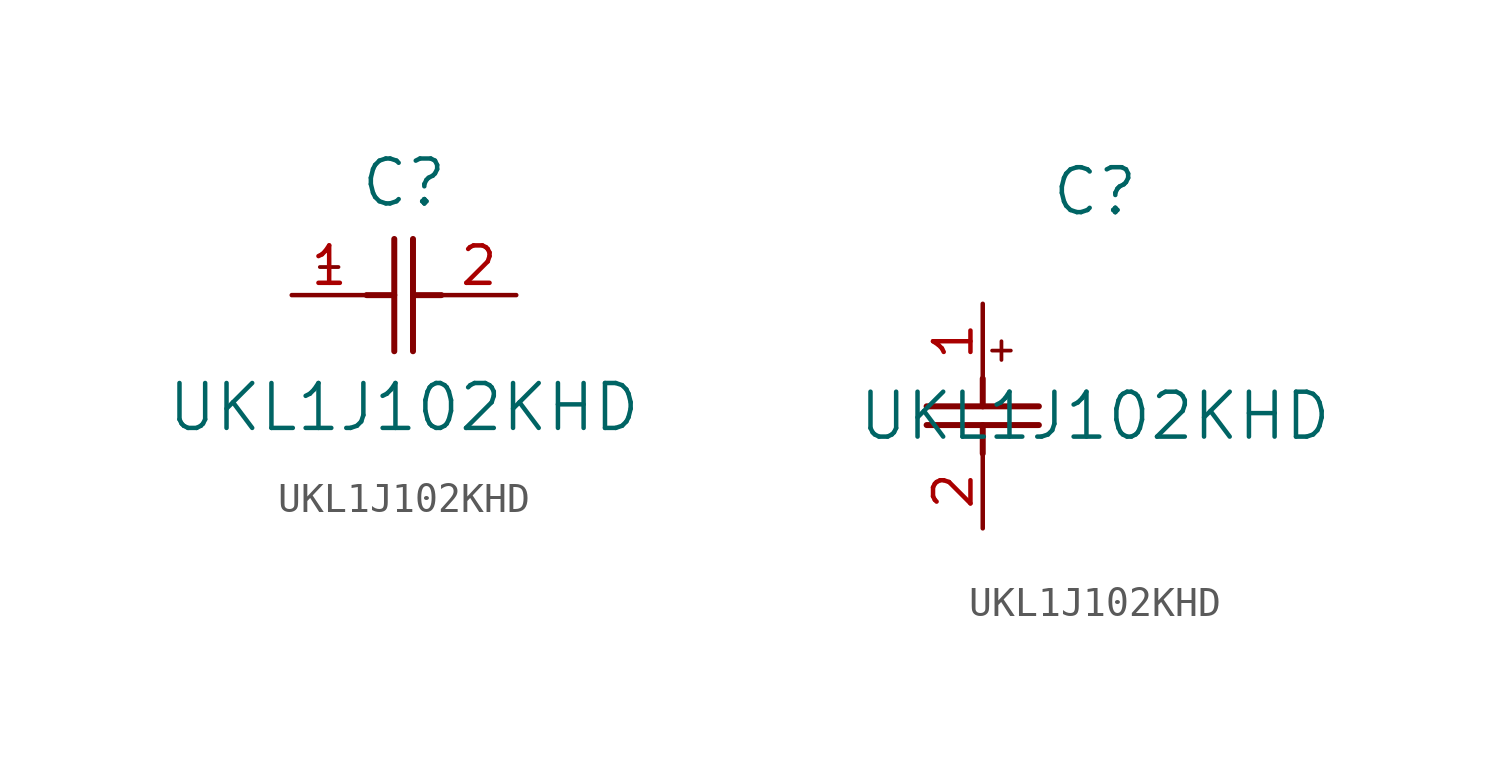
<source format=kicad_sym>
(kicad_symbol_lib
  (version 20211014)
  (generator kicad_symbol_editor)
  (symbol "UKL1J102KHD"
    (pin_names
      (offset 0.254))
    (property "Reference" "C"
      (at 3.81 3.81 0)
      (effects (font (size 1.524 1.524))))
    (property "Value" "UKL1J102KHD"
      (at 3.81 -3.81 0)
      (effects (font (size 1.524 1.524))))
    (symbol "UKL1J102KHD_1_1"
      (polyline (pts (xy 3.48 -1.905) (xy 3.48 1.905)) (stroke (width 0.203) (type default) (color 0 0 0 0)) (fill (type none)))
      (polyline (pts (xy 4.115 -1.905) (xy 4.115 1.905)) (stroke (width 0.203) (type default) (color 0 0 0 0)) (fill (type none)))
      (polyline (pts (xy 4.115 0) (xy 5.08 0)) (stroke (width 0.203) (type default) (color 0 0 0 0)) (fill (type none)))
      (polyline (pts (xy 2.54 0) (xy 3.48 0)) (stroke (width 0.203) (type default) (color 0 0 0 0)) (fill (type none)))
      (polyline (pts (xy 1.27 1.27) (xy 1.27 0.635)) (stroke (width 0.127) (type default) (color 0 0 0 0)) (fill (type none)))
      (polyline (pts (xy 0.953 0.953) (xy 1.587 0.953)) (stroke (width 0.127) (type default) (color 0 0 0 0)) (fill (type none)))
      (pin unspecified line (at 0 0 0) (length 2.54) (name "" (effects (font (size 1.27 1.27)))) (number "1" (effects (font (size 1.27 1.27)))))
      (pin unspecified line (at 7.62 0 180) (length 2.54) (name "" (effects (font (size 1.27 1.27)))) (number "2" (effects (font (size 1.27 1.27))))))
    (symbol "UKL1J102KHD_1_2"
      (polyline (pts (xy -1.905 -3.48) (xy 1.905 -3.48)) (stroke (width 0.203) (type default) (color 0 0 0 0)) (fill (type none)))
      (polyline (pts (xy -1.905 -4.115) (xy 1.905 -4.115)) (stroke (width 0.203) (type default) (color 0 0 0 0)) (fill (type none)))
      (polyline (pts (xy 0 -4.115) (xy 0 -5.08)) (stroke (width 0.203) (type default) (color 0 0 0 0)) (fill (type none)))
      (polyline (pts (xy 0 -2.54) (xy 0 -3.48)) (stroke (width 0.203) (type default) (color 0 0 0 0)) (fill (type none)))
      (polyline (pts (xy 0.635 -1.27) (xy 0.635 -1.905)) (stroke (width 0.127) (type default) (color 0 0 0 0)) (fill (type none)))
      (polyline (pts (xy 0.318 -1.587) (xy 0.953 -1.587)) (stroke (width 0.127) (type default) (color 0 0 0 0)) (fill (type none)))
      (pin unspecified line (at 0 0 270) (length 2.54) (name "" (effects (font (size 1.27 1.27)))) (number "1" (effects (font (size 1.27 1.27)))))
      (pin unspecified line (at 0 -7.62 90) (length 2.54) (name "" (effects (font (size 1.27 1.27)))) (number "2" (effects (font (size 1.27 1.27))))))))
</source>
